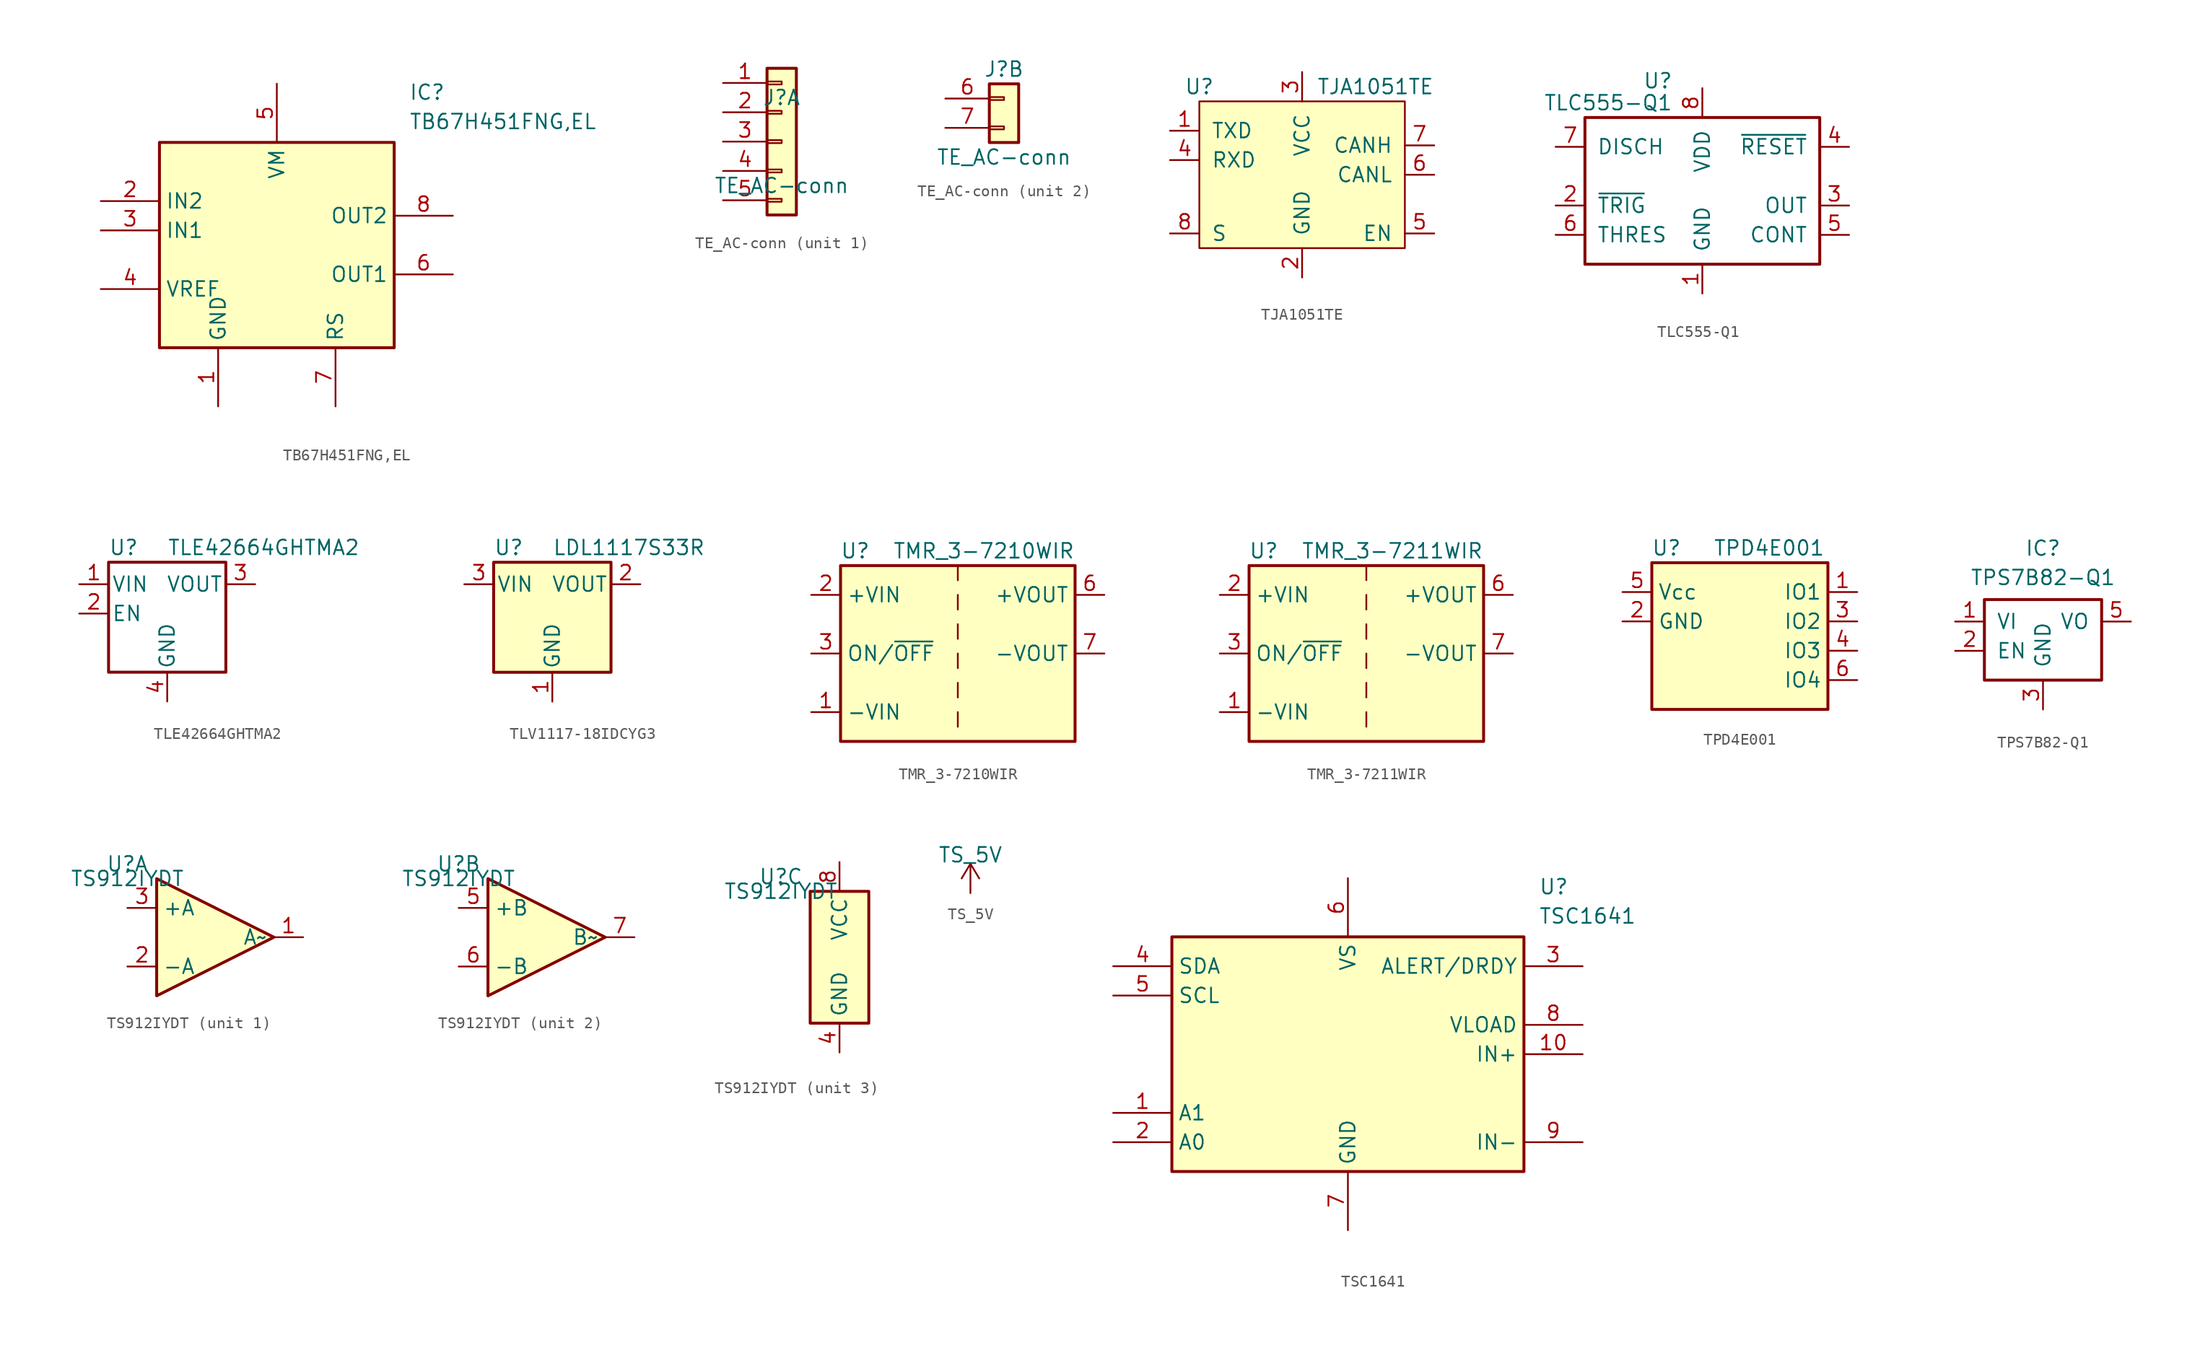
<source format=kicad_sym>
(kicad_symbol_lib
  (version 20231120)
  (generator "kicad_symbol_editor")
  (generator_version "8.0")
  (symbol "TB67H451FNG,EL"
    (property "Reference" "IC"
      (at 11.43 13.97 0)
      (effects (font (size 1.27 1.27)) (justify left top)))
    (property "Value" "TB67H451FNG,EL"
      (at 11.43 11.43 0)
      (effects (font (size 1.27 1.27)) (justify left top)))
    (symbol "TB67H451FNG,EL_1_1"
      (rectangle (start -10.16 8.89) (end 10.16 -8.89) (stroke (width 0.254) (type default)) (fill (type background)))
      (pin power_in line (at -5.08 -13.97 90) (length 5.08) (name "GND" (effects (font (size 1.27 1.27)))) (number "1" (effects (font (size 1.27 1.27)))))
      (pin input line (at -15.24 3.81 0) (length 5.08) (name "IN2" (effects (font (size 1.27 1.27)))) (number "2" (effects (font (size 1.27 1.27)))))
      (pin input line (at -15.24 1.27 0) (length 5.08) (name "IN1" (effects (font (size 1.27 1.27)))) (number "3" (effects (font (size 1.27 1.27)))))
      (pin input line (at -15.24 -3.81 0) (length 5.08) (name "VREF" (effects (font (size 1.27 1.27)))) (number "4" (effects (font (size 1.27 1.27)))))
      (pin power_in line (at 0 13.97 270) (length 5.08) (name "VM" (effects (font (size 1.27 1.27)))) (number "5" (effects (font (size 1.27 1.27)))))
      (pin output line (at 15.24 -2.54 180) (length 5.08) (name "OUT1" (effects (font (size 1.27 1.27)))) (number "6" (effects (font (size 1.27 1.27)))))
      (pin output line (at 5.08 -13.97 90) (length 5.08) (name "RS" (effects (font (size 1.27 1.27)))) (number "7" (effects (font (size 1.27 1.27)))))
      (pin output line (at 15.24 2.54 180) (length 5.08) (name "OUT2" (effects (font (size 1.27 1.27)))) (number "8" (effects (font (size 1.27 1.27)))))
      (pin no_connect line (at 0 -13.97 90) (length 5.08) hide (name "NC" (effects (font (size 1.27 1.27)))) (number "9" (effects (font (size 1.27 1.27)))))))
  (symbol "TE_AC-conn"
    (pin_names
      (offset 1.016) hide)
    (property "Reference" "J"
      (at 0 3.81 0)
      (effects (font (size 1.27 1.27))))
    (property "Value" "TE_AC-conn"
      (at 0 -3.81 0)
      (effects (font (size 1.27 1.27))))
    (symbol "TE_AC-conn_1_1"
      (rectangle (start -1.27 -4.953) (end 0 -5.207) (stroke (width 0.152) (type default)) (fill (type none)))
      (rectangle (start -1.27 -2.413) (end 0 -2.667) (stroke (width 0.152) (type default)) (fill (type none)))
      (rectangle (start -1.27 0.127) (end 0 -0.127) (stroke (width 0.152) (type default)) (fill (type none)))
      (rectangle (start -1.27 2.667) (end 0 2.413) (stroke (width 0.152) (type default)) (fill (type none)))
      (rectangle (start -1.27 5.207) (end 0 4.953) (stroke (width 0.152) (type default)) (fill (type none)))
      (rectangle (start -1.27 6.35) (end 1.27 -6.35) (stroke (width 0.254) (type default)) (fill (type background)))
      (pin passive line (at -5.08 5.08 0) (length 3.81) (name "1" (effects (font (size 1.27 1.27)))) (number "1" (effects (font (size 1.27 1.27)))))
      (pin passive line (at -5.08 2.54 0) (length 3.81) (name "2" (effects (font (size 1.27 1.27)))) (number "2" (effects (font (size 1.27 1.27)))))
      (pin passive line (at -5.08 0 0) (length 3.81) (name "3" (effects (font (size 1.27 1.27)))) (number "3" (effects (font (size 1.27 1.27)))))
      (pin passive line (at -5.08 -2.54 0) (length 3.81) (name "4" (effects (font (size 1.27 1.27)))) (number "4" (effects (font (size 1.27 1.27)))))
      (pin passive line (at -5.08 -5.08 0) (length 3.81) (name "5" (effects (font (size 1.27 1.27)))) (number "5" (effects (font (size 1.27 1.27))))))
    (symbol "TE_AC-conn_2_1"
      (rectangle (start -1.27 -1.143) (end 0 -1.397) (stroke (width 0.152) (type default)) (fill (type none)))
      (rectangle (start -1.27 1.397) (end 0 1.143) (stroke (width 0.152) (type default)) (fill (type none)))
      (rectangle (start -1.27 2.54) (end 1.27 -2.54) (stroke (width 0.254) (type default)) (fill (type background)))
      (pin passive line (at -5.08 1.27 0) (length 3.81) (name "6" (effects (font (size 1.27 1.27)))) (number "6" (effects (font (size 1.27 1.27)))))
      (pin passive line (at -5.08 -1.27 0) (length 3.81) (name "7" (effects (font (size 1.27 1.27)))) (number "7" (effects (font (size 1.27 1.27)))))))
  (symbol "TJA1051TE"
    (pin_names
      (offset 1.016))
    (property "Reference" "U"
      (at -6.35 7.62 0)
      (effects (font (size 1.27 1.27))))
    (property "Value" "TJA1051TE"
      (at 8.89 7.62 0)
      (effects (font (size 1.27 1.27))))
    (symbol "TJA1051TE_0_1"
      (rectangle (start -6.35 6.35) (end 11.43 -6.35) (stroke (width 0) (type default)) (fill (type background))))
    (symbol "TJA1051TE_1_1"
      (pin input line (at -8.89 3.81 0) (length 2.54) (name "TXD" (effects (font (size 1.27 1.27)))) (number "1" (effects (font (size 1.27 1.27)))))
      (pin input line (at 2.54 -8.89 90) (length 2.54) (name "GND" (effects (font (size 1.27 1.27)))) (number "2" (effects (font (size 1.27 1.27)))))
      (pin input line (at 2.54 8.89 270) (length 2.54) (name "VCC" (effects (font (size 1.27 1.27)))) (number "3" (effects (font (size 1.27 1.27)))))
      (pin output line (at -8.89 1.27 0) (length 2.54) (name "RXD" (effects (font (size 1.27 1.27)))) (number "4" (effects (font (size 1.27 1.27)))))
      (pin input line (at 13.97 -5.08 180) (length 2.54) (name "EN" (effects (font (size 1.27 1.27)))) (number "5" (effects (font (size 1.27 1.27)))))
      (pin bidirectional line (at 13.97 0 180) (length 2.54) (name "CANL" (effects (font (size 1.27 1.27)))) (number "6" (effects (font (size 1.27 1.27)))))
      (pin bidirectional line (at 13.97 2.54 180) (length 2.54) (name "CANH" (effects (font (size 1.27 1.27)))) (number "7" (effects (font (size 1.27 1.27)))))
      (pin input line (at -8.89 -5.08 0) (length 2.54) (name "S" (effects (font (size 1.27 1.27)))) (number "8" (effects (font (size 1.27 1.27)))))))
  (symbol "TLC555-Q1"
    (pin_names
      (offset 1.016))
    (property "Reference" "U"
      (at -2.54 10.795 0)
      (effects (font (size 1.27 1.27)) (justify right)))
    (property "Value" "TLC555-Q1"
      (at -2.54 8.89 0)
      (effects (font (size 1.27 1.27)) (justify right)))
    (symbol "TLC555-Q1_0_1"
      (rectangle (start -10.16 7.62) (end 10.16 -5.08) (stroke (width 0.254) (type default)) (fill (type none))))
    (symbol "TLC555-Q1_1_1"
      (pin power_in line (at 0 -7.62 90) (length 2.54) (name "GND" (effects (font (size 1.27 1.27)))) (number "1" (effects (font (size 1.27 1.27)))))
      (pin input line (at -12.7 0 0) (length 2.54) (name "~{TRIG}" (effects (font (size 1.27 1.27)))) (number "2" (effects (font (size 1.27 1.27)))))
      (pin output line (at 12.7 0 180) (length 2.54) (name "OUT" (effects (font (size 1.27 1.27)))) (number "3" (effects (font (size 1.27 1.27)))))
      (pin input line (at 12.7 5.08 180) (length 2.54) (name "~{RESET}" (effects (font (size 1.27 1.27)))) (number "4" (effects (font (size 1.27 1.27)))))
      (pin passive line (at 12.7 -2.54 180) (length 2.54) (name "CONT" (effects (font (size 1.27 1.27)))) (number "5" (effects (font (size 1.27 1.27)))))
      (pin input line (at -12.7 -2.54 0) (length 2.54) (name "THRES" (effects (font (size 1.27 1.27)))) (number "6" (effects (font (size 1.27 1.27)))))
      (pin open_collector line (at -12.7 5.08 0) (length 2.54) (name "DISCH" (effects (font (size 1.27 1.27)))) (number "7" (effects (font (size 1.27 1.27)))))
      (pin power_in line (at 0 10.16 270) (length 2.54) (name "VDD" (effects (font (size 1.27 1.27)))) (number "8" (effects (font (size 1.27 1.27)))))))
  (symbol "TLE42664GHTMA2"
    (pin_names
      (offset 0.254))
    (property "Reference" "U"
      (at -5.08 5.715 0)
      (effects (font (size 1.27 1.27)) (justify left)))
    (property "Value" "TLE42664GHTMA2"
      (at 0 5.715 0)
      (effects (font (size 1.27 1.27)) (justify left)))
    (symbol "TLE42664GHTMA2_0_1"
      (rectangle (start -5.08 4.445) (end 5.08 -5.08) (stroke (width 0.254) (type default)) (fill (type none))))
    (symbol "TLE42664GHTMA2_1_1"
      (pin power_in line (at -7.62 2.54 0) (length 2.54) (name "VIN" (effects (font (size 1.27 1.27)))) (number "1" (effects (font (size 1.27 1.27)))))
      (pin input line (at -7.62 0 0) (length 2.54) (name "EN" (effects (font (size 1.27 1.27)))) (number "2" (effects (font (size 1.27 1.27)))))
      (pin power_out line (at 7.62 2.54 180) (length 2.54) (name "VOUT" (effects (font (size 1.27 1.27)))) (number "3" (effects (font (size 1.27 1.27)))))
      (pin power_in line (at 0 -7.62 90) (length 2.54) (name "GND" (effects (font (size 1.27 1.27)))) (number "4" (effects (font (size 1.27 1.27)))))))
  (symbol "TLV1117-18IDCYG3"
    (pin_names
      (offset 0.254))
    (property "Reference" "U"
      (at -5.08 5.715 0)
      (effects (font (size 1.27 1.27)) (justify left)))
    (property "Value" "LDL1117S33R"
      (at 0 5.715 0)
      (effects (font (size 1.27 1.27)) (justify left)))
    (symbol "TLV1117-18IDCYG3_0_1"
      (rectangle (start -5.08 4.445) (end 5.08 -5.08) (stroke (width 0.254) (type default)) (fill (type background))))
    (symbol "TLV1117-18IDCYG3_1_1"
      (pin power_in line (at 0 -7.62 90) (length 2.54) (name "GND" (effects (font (size 1.27 1.27)))) (number "1" (effects (font (size 1.27 1.27)))))
      (pin power_out line (at 7.62 2.54 180) (length 2.54) (name "VOUT" (effects (font (size 1.27 1.27)))) (number "2" (effects (font (size 1.27 1.27)))))
      (pin power_in line (at -7.62 2.54 0) (length 2.54) (name "VIN" (effects (font (size 1.27 1.27)))) (number "3" (effects (font (size 1.27 1.27)))))))
  (symbol "TMR_3-7210WIR"
    (property "Reference" "U"
      (at -8.89 8.89 0)
      (effects (font (size 1.27 1.27))))
    (property "Value" "TMR_3-7210WIR"
      (at 10.16 8.89 0)
      (effects (font (size 1.27 1.27)) (justify right)))
    (symbol "TMR_3-7210WIR_0_0"
      (pin no_connect line (at 12.7 -5.08 180) (length 2.54) hide (name "NC" (effects (font (size 1.27 1.27)))) (number "10" (effects (font (size 1.27 1.27))))))
    (symbol "TMR_3-7210WIR_0_1"
      (rectangle (start -10.16 7.62) (end 10.16 -7.62) (stroke (width 0.254) (type default)) (fill (type background)))
      (polyline (pts (xy 0 -5.08) (xy 0 -6.35)) (stroke (width 0) (type default)) (fill (type none)))
      (polyline (pts (xy 0 -2.54) (xy 0 -3.81)) (stroke (width 0) (type default)) (fill (type none)))
      (polyline (pts (xy 0 0) (xy 0 -1.27)) (stroke (width 0) (type default)) (fill (type none)))
      (polyline (pts (xy 0 2.54) (xy 0 1.27)) (stroke (width 0) (type default)) (fill (type none)))
      (polyline (pts (xy 0 5.08) (xy 0 3.81)) (stroke (width 0) (type default)) (fill (type none)))
      (polyline (pts (xy 0 7.62) (xy 0 6.35)) (stroke (width 0) (type default)) (fill (type none))))
    (symbol "TMR_3-7210WIR_1_1"
      (pin power_in line (at -12.7 -5.08 0) (length 2.54) (name "-VIN" (effects (font (size 1.27 1.27)))) (number "1" (effects (font (size 1.27 1.27)))))
      (pin power_in line (at -12.7 5.08 0) (length 2.54) (name "+VIN" (effects (font (size 1.27 1.27)))) (number "2" (effects (font (size 1.27 1.27)))))
      (pin input line (at -12.7 0 0) (length 2.54) (name "ON/~{OFF}" (effects (font (size 1.27 1.27)))) (number "3" (effects (font (size 1.27 1.27)))))
      (pin power_out line (at 12.7 5.08 180) (length 2.54) (name "+VOUT" (effects (font (size 1.27 1.27)))) (number "6" (effects (font (size 1.27 1.27)))))
      (pin power_out line (at 12.7 0 180) (length 2.54) (name "-VOUT" (effects (font (size 1.27 1.27)))) (number "7" (effects (font (size 1.27 1.27)))))
      (pin no_connect line (at 12.7 -2.54 180) (length 2.54) hide (name "NC" (effects (font (size 1.27 1.27)))) (number "9" (effects (font (size 1.27 1.27)))))))
  (symbol "TMR_3-7211WIR"
    (property "Reference" "U"
      (at -8.89 8.89 0)
      (effects (font (size 1.27 1.27))))
    (property "Value" "TMR_3-7211WIR"
      (at 10.16 8.89 0)
      (effects (font (size 1.27 1.27)) (justify right)))
    (symbol "TMR_3-7211WIR_0_0"
      (pin no_connect line (at 12.7 -5.08 180) (length 2.54) hide (name "NC" (effects (font (size 1.27 1.27)))) (number "10" (effects (font (size 1.27 1.27))))))
    (symbol "TMR_3-7211WIR_0_1"
      (rectangle (start -10.16 7.62) (end 10.16 -7.62) (stroke (width 0.254) (type default)) (fill (type background)))
      (polyline (pts (xy 0 -5.08) (xy 0 -6.35)) (stroke (width 0) (type default)) (fill (type none)))
      (polyline (pts (xy 0 -2.54) (xy 0 -3.81)) (stroke (width 0) (type default)) (fill (type none)))
      (polyline (pts (xy 0 0) (xy 0 -1.27)) (stroke (width 0) (type default)) (fill (type none)))
      (polyline (pts (xy 0 2.54) (xy 0 1.27)) (stroke (width 0) (type default)) (fill (type none)))
      (polyline (pts (xy 0 5.08) (xy 0 3.81)) (stroke (width 0) (type default)) (fill (type none)))
      (polyline (pts (xy 0 7.62) (xy 0 6.35)) (stroke (width 0) (type default)) (fill (type none))))
    (symbol "TMR_3-7211WIR_1_1"
      (pin power_in line (at -12.7 -5.08 0) (length 2.54) (name "-VIN" (effects (font (size 1.27 1.27)))) (number "1" (effects (font (size 1.27 1.27)))))
      (pin power_in line (at -12.7 5.08 0) (length 2.54) (name "+VIN" (effects (font (size 1.27 1.27)))) (number "2" (effects (font (size 1.27 1.27)))))
      (pin input line (at -12.7 0 0) (length 2.54) (name "ON/~{OFF}" (effects (font (size 1.27 1.27)))) (number "3" (effects (font (size 1.27 1.27)))))
      (pin power_out line (at 12.7 5.08 180) (length 2.54) (name "+VOUT" (effects (font (size 1.27 1.27)))) (number "6" (effects (font (size 1.27 1.27)))))
      (pin power_out line (at 12.7 0 180) (length 2.54) (name "-VOUT" (effects (font (size 1.27 1.27)))) (number "7" (effects (font (size 1.27 1.27)))))
      (pin no_connect line (at 12.7 -2.54 180) (length 2.54) hide (name "NC" (effects (font (size 1.27 1.27)))) (number "9" (effects (font (size 1.27 1.27)))))))
  (symbol "TPD4E001"
    (property "Reference" "U"
      (at -6.35 6.35 0)
      (effects (font (size 1.27 1.27))))
    (property "Value" "TPD4E001"
      (at 2.54 6.35 0)
      (effects (font (size 1.27 1.27))))
    (symbol "TPD4E001_0_1"
      (rectangle (start -7.62 5.08) (end 7.62 -7.62) (stroke (width 0.254) (type default)) (fill (type background))))
    (symbol "TPD4E001_1_1"
      (pin bidirectional line (at 10.16 2.54 180) (length 2.54) (name "IO1" (effects (font (size 1.27 1.27)))) (number "1" (effects (font (size 1.27 1.27)))))
      (pin bidirectional line (at -10.16 0 0) (length 2.54) (name "GND" (effects (font (size 1.27 1.27)))) (number "2" (effects (font (size 1.27 1.27)))))
      (pin bidirectional line (at 10.16 0 180) (length 2.54) (name "IO2" (effects (font (size 1.27 1.27)))) (number "3" (effects (font (size 1.27 1.27)))))
      (pin bidirectional line (at 10.16 -2.54 180) (length 2.54) (name "IO3" (effects (font (size 1.27 1.27)))) (number "4" (effects (font (size 1.27 1.27)))))
      (pin bidirectional line (at -10.16 2.54 0) (length 2.54) (name "Vcc" (effects (font (size 1.27 1.27)))) (number "5" (effects (font (size 1.27 1.27)))))
      (pin bidirectional line (at 10.16 -5.08 180) (length 2.54) (name "IO4" (effects (font (size 1.27 1.27)))) (number "6" (effects (font (size 1.27 1.27)))))))
  (symbol "TPS7B82-Q1"
    (pin_names
      (offset 1.016))
    (property "Reference" "IC"
      (at 0 6.35 0)
      (effects (font (size 1.27 1.27))))
    (property "Value" "TPS7B82-Q1"
      (at 0 3.81 0)
      (effects (font (size 1.27 1.27))))
    (symbol "TPS7B82-Q1_1_1"
      (rectangle (start -5.08 1.905) (end 5.08 -5.08) (stroke (width 0.254) (type default)) (fill (type none)))
      (pin power_in line (at -7.62 0 0) (length 2.54) (name "VI" (effects (font (size 1.27 1.27)))) (number "1" (effects (font (size 1.27 1.27)))))
      (pin passive line (at -7.62 -2.54 0) (length 2.54) (name "EN" (effects (font (size 1.27 1.27)))) (number "2" (effects (font (size 1.27 1.27)))))
      (pin power_in line (at 0 -7.62 90) (length 2.54) (name "GND" (effects (font (size 1.27 1.27)))) (number "3" (effects (font (size 1.27 1.27)))))
      (pin input line (at 7.62 -3.81 180) (length 2.54) hide (name "DNC" (effects (font (size 0.635 0.635)))) (number "4" (effects (font (size 0.635 0.635)))))
      (pin power_out line (at 7.62 0 180) (length 2.54) (name "VO" (effects (font (size 1.27 1.27)))) (number "5" (effects (font (size 1.27 1.27)))))))
  (symbol "TS912IYDT"
    (property "Reference" "U"
      (at -2.54 1.27 0)
      (effects (font (size 1.27 1.27))))
    (property "Value" "TS912IYDT"
      (at -2.54 0 0)
      (effects (font (size 1.27 1.27))))
    (property "ki_locked" ""
      (at 0 0 0)
      (effects (font (size 1.27 1.27))))
    (symbol "TS912IYDT_1_1"
      (polyline (pts (xy 0 0) (xy 10.16 -5.08) (xy 0 -10.16) (xy 0 0) (xy 0 0)) (stroke (width 0.254) (type default)) (fill (type background)))
      (pin output line (at 12.7 -5.08 180) (length 2.54) (name "A~" (effects (font (size 1.27 1.27)))) (number "1" (effects (font (size 1.27 1.27)))))
      (pin input line (at -2.54 -7.62 0) (length 2.54) (name "-A" (effects (font (size 1.27 1.27)))) (number "2" (effects (font (size 1.27 1.27)))))
      (pin input line (at -2.54 -2.54 0) (length 2.54) (name "+A" (effects (font (size 1.27 1.27)))) (number "3" (effects (font (size 1.27 1.27))))))
    (symbol "TS912IYDT_2_1"
      (polyline (pts (xy 0 0) (xy 10.16 -5.08) (xy 0 -10.16) (xy 0 0) (xy 0 0)) (stroke (width 0.254) (type default)) (fill (type background)))
      (pin input line (at -2.54 -2.54 0) (length 2.54) (name "+B" (effects (font (size 1.27 1.27)))) (number "5" (effects (font (size 1.27 1.27)))))
      (pin input line (at -2.54 -7.62 0) (length 2.54) (name "-B" (effects (font (size 1.27 1.27)))) (number "6" (effects (font (size 1.27 1.27)))))
      (pin output line (at 12.7 -5.08 180) (length 2.54) (name "B~" (effects (font (size 1.27 1.27)))) (number "7" (effects (font (size 1.27 1.27))))))
    (symbol "TS912IYDT_3_0"
      (pin power_in line (at 2.54 -13.97 90) (length 2.54) (name "GND" (effects (font (size 1.27 1.27)))) (number "4" (effects (font (size 1.27 1.27)))))
      (pin power_in line (at 2.54 2.54 270) (length 2.54) (name "VCC" (effects (font (size 1.27 1.27)))) (number "8" (effects (font (size 1.27 1.27))))))
    (symbol "TS912IYDT_3_1"
      (rectangle (start 0 0) (end 5.08 -11.43) (stroke (width 0.254) (type default)) (fill (type background)))))
  (symbol "TS_5V"
    (power)
    (pin_names
      (offset 0))
    (property "Reference" "#PWR"
      (at 0 -3.81 0)
      (effects (font (size 1.27 1.27)) (hide yes)))
    (property "Value" "TS_5V"
      (at 0 3.302 0)
      (effects (font (size 1.27 1.27))))
    (symbol "TS_5V_0_1"
      (polyline (pts (xy -0.762 1.27) (xy 0 2.54)) (stroke (width 0) (type default)) (fill (type none)))
      (polyline (pts (xy 0 0) (xy 0 2.54)) (stroke (width 0) (type default)) (fill (type none)))
      (polyline (pts (xy 0 2.54) (xy 0.762 1.27)) (stroke (width 0) (type default)) (fill (type none))))
    (symbol "TS_5V_1_1"
      (pin power_in line (at 0 0 90) (length 0) hide (name "TS_5V" (effects (font (size 1.27 1.27)))) (number "1" (effects (font (size 1.27 1.27)))))))
  (symbol "TSC1641"
    (property "Reference" "U"
      (at 36.83 7.62 0)
      (effects (font (size 1.27 1.27)) (justify left top)))
    (property "Value" "TSC1641"
      (at 36.83 5.08 0)
      (effects (font (size 1.27 1.27)) (justify left top)))
    (symbol "TSC1641_1_1"
      (rectangle (start 5.08 2.54) (end 35.56 -17.78) (stroke (width 0.254) (type default)) (fill (type background)))
      (pin passive line (at 0 -12.7 0) (length 5.08) (name "A1" (effects (font (size 1.27 1.27)))) (number "1" (effects (font (size 1.27 1.27)))))
      (pin passive line (at 40.64 -7.62 180) (length 5.08) (name "IN+" (effects (font (size 1.27 1.27)))) (number "10" (effects (font (size 1.27 1.27)))))
      (pin passive line (at 0 -15.24 0) (length 5.08) (name "A0" (effects (font (size 1.27 1.27)))) (number "2" (effects (font (size 1.27 1.27)))))
      (pin passive line (at 40.64 0 180) (length 5.08) (name "ALERT/DRDY" (effects (font (size 1.27 1.27)))) (number "3" (effects (font (size 1.27 1.27)))))
      (pin passive line (at 0 0 0) (length 5.08) (name "SDA" (effects (font (size 1.27 1.27)))) (number "4" (effects (font (size 1.27 1.27)))))
      (pin passive line (at 0 -2.54 0) (length 5.08) (name "SCL" (effects (font (size 1.27 1.27)))) (number "5" (effects (font (size 1.27 1.27)))))
      (pin passive line (at 20.32 7.62 270) (length 5.08) (name "VS" (effects (font (size 1.27 1.27)))) (number "6" (effects (font (size 1.27 1.27)))))
      (pin passive line (at 20.32 -22.86 90) (length 5.08) (name "GND" (effects (font (size 1.27 1.27)))) (number "7" (effects (font (size 1.27 1.27)))))
      (pin passive line (at 40.64 -5.08 180) (length 5.08) (name "VLOAD" (effects (font (size 1.27 1.27)))) (number "8" (effects (font (size 1.27 1.27)))))
      (pin passive line (at 40.64 -15.24 180) (length 5.08) (name "IN-" (effects (font (size 1.27 1.27)))) (number "9" (effects (font (size 1.27 1.27))))))))
</source>
